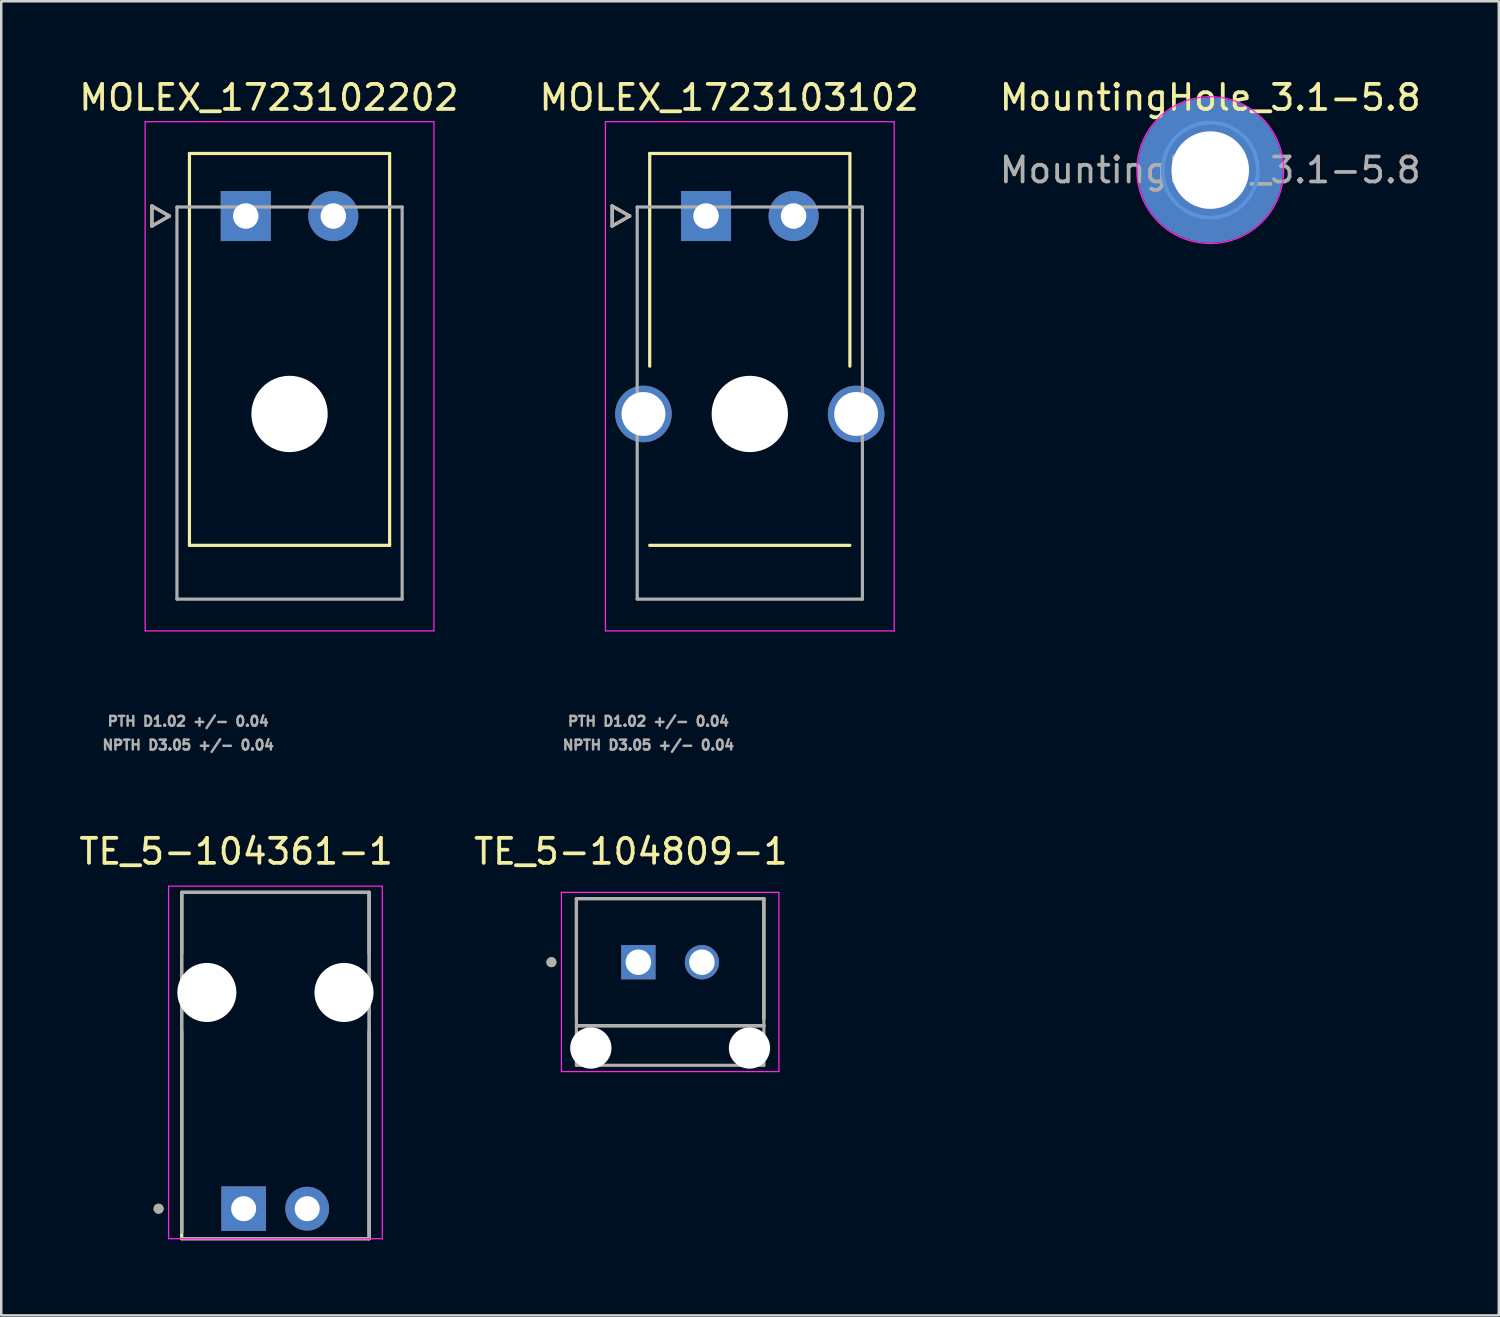
<source format=kicad_pcb>
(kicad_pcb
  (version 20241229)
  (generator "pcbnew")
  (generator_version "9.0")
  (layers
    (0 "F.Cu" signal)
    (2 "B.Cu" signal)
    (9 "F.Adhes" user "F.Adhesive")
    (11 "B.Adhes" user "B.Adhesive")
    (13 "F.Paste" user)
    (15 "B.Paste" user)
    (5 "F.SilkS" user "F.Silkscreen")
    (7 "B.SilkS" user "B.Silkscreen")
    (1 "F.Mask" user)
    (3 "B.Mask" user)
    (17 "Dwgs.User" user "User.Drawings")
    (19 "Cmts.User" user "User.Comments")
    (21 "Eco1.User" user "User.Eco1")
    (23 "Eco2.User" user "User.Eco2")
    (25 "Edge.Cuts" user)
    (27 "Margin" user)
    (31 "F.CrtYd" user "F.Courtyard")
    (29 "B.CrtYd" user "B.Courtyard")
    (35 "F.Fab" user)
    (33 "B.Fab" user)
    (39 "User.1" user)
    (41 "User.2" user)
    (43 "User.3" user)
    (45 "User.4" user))
  (footprint "MountingHole_3.1-5.8"
    (layer "F.Cu")
    (at 45.315 3.748)
    (property "Reference" "MountingHole_3.1-5.8" (at 0 -2.9 0) (layer "F.SilkS") (effects (font (size 1 1) (thickness 0.15))))
    (attr exclude_from_pos_files exclude_from_bom)
    (fp_circle (center 0 0) (end 1.9 0) (stroke (width 0.15) (type solid)) (fill no) (layer "Cmts.User"))
    (fp_circle (center 0 0) (end 2.93 0.12) (stroke (width 0.05) (type solid)) (fill no) (layer "F.CrtYd"))
    (fp_text user "${REFERENCE}" (at 0 0 0) (layer "F.Fab") (effects (font (size 1 1) (thickness 0.15))))
    (pad "1" thru_hole circle (at 0 0) (size 5.8 5.8) (drill 3.1) (layers "*.Cu" "*.Mask")))
  (footprint "MOLEX_1723102202"
    (layer "F.Cu")
    (at 6.771 5.583)
    (property "Reference" "MOLEX_1723102202" (at 0.925 -4.735 0) (layer "F.SilkS") (effects (font (size 1 1) (thickness 0.15))))
    (attr through_hole)
    (fp_circle (center 1.75 7.91) (end 2.551 7.91) (stroke (width 1.601) (type solid)) (fill no) (layer "F.Mask"))
    (fp_circle (center 3.5 0) (end 3.918 0) (stroke (width 0.836) (type solid)) (fill no) (layer "F.Mask"))
    (fp_poly (pts (xy -0.836 -0.836) (xy 0.836 -0.836) (xy 0.836 0.836) (xy -0.836 0.836)) (stroke (width 0.01) (type solid)) (fill yes) (layer "F.Mask"))
    (fp_circle (center 1.75 7.91) (end 2.551 7.91) (stroke (width 1.601) (type solid)) (fill no) (layer "B.Mask"))
    (fp_circle (center 3.5 0) (end 3.918 0) (stroke (width 0.836) (type solid)) (fill no) (layer "B.Mask"))
    (fp_poly (pts (xy -0.836 -0.836) (xy 0.836 -0.836) (xy 0.836 0.836) (xy -0.836 0.836)) (stroke (width 0.01) (type solid)) (fill yes) (layer "B.Mask"))
    (fp_line (start -3.75 -0.4) (end -3.75 0.4) (stroke (width 0.127) (type solid)) (layer "F.SilkS"))
    (fp_line (start -3.75 0.4) (end -3.05 0) (stroke (width 0.127) (type solid)) (layer "F.SilkS"))
    (fp_line (start -3.05 0) (end -3.75 -0.4) (stroke (width 0.127) (type solid)) (layer "F.SilkS"))
    (fp_line (start -2.25 -2.5) (end 5.75 -2.5) (stroke (width 0.127) (type solid)) (layer "F.SilkS"))
    (fp_line (start -2.25 13.16) (end -2.25 -2.5) (stroke (width 0.127) (type solid)) (layer "F.SilkS"))
    (fp_line (start 5.75 -2.5) (end 5.75 13.16) (stroke (width 0.127) (type solid)) (layer "F.SilkS"))
    (fp_line (start 5.75 13.16) (end -2.25 13.16) (stroke (width 0.127) (type solid)) (layer "F.SilkS"))
    (fp_line (start -4.02 -3.77) (end 7.52 -3.77) (stroke (width 0.05) (type solid)) (layer "F.CrtYd"))
    (fp_line (start -4.02 16.58) (end -4.02 -3.77) (stroke (width 0.05) (type solid)) (layer "F.CrtYd"))
    (fp_line (start -4.02 16.58) (end 7.52 16.58) (stroke (width 0.05) (type solid)) (layer "F.CrtYd"))
    (fp_line (start 7.52 -3.77) (end 7.52 16.58) (stroke (width 0.05) (type solid)) (layer "F.CrtYd"))
    (fp_line (start -3.75 -0.4) (end -3.75 0.4) (stroke (width 0.127) (type solid)) (layer "F.Fab"))
    (fp_line (start -3.75 0.4) (end -3.05 0) (stroke (width 0.127) (type solid)) (layer "F.Fab"))
    (fp_line (start -3.05 0) (end -3.75 -0.4) (stroke (width 0.127) (type solid)) (layer "F.Fab"))
    (fp_line (start -2.75 -0.36) (end 6.25 -0.36) (stroke (width 0.127) (type solid)) (layer "F.Fab"))
    (fp_line (start -2.75 15.31) (end -2.75 -0.36) (stroke (width 0.127) (type solid)) (layer "F.Fab"))
    (fp_line (start 6.25 -0.36) (end 6.25 15.31) (stroke (width 0.127) (type solid)) (layer "F.Fab"))
    (fp_line (start 6.25 15.31) (end -2.75 15.31) (stroke (width 0.127) (type solid)) (layer "F.Fab"))
    (fp_text user "NPTH D3.05 +/- 0.04" (at -2.3 21.142 0) (layer "F.Fab") (effects (font (size 0.394 0.394) (thickness 0.15))))
    (fp_text user "PTH D1.02 +/- 0.04" (at -2.3 20.192 0) (layer "F.Fab") (effects (font (size 0.394 0.394) (thickness 0.15))))
    (pad "" np_thru_hole circle (at 1.75 7.91) (size 3.05 3.05) (drill 3.05) (layers "*.Cu" "*.Mask"))
    (pad "1" thru_hole rect (at 0 0) (size 2 2) (drill 1.02) (layers "*.Cu"))
    (pad "2" thru_hole circle (at 3.5 0) (size 2 2) (drill 1.02) (layers "*.Cu")))
  (footprint "TE_5-104809-1"
    (layer "F.Cu")
    (at 22.461 35.402)
    (property "Reference" "TE_5-104809-1" (at -0.3 -4.425 0) (layer "F.SilkS") (effects (font (size 1 1) (thickness 0.15))))
    (attr through_hole)
    (fp_line (start -2.475 -2.54) (end -2.475 2.257) (stroke (width 0.127) (type solid)) (layer "F.SilkS"))
    (fp_line (start -2.475 2.54) (end -2.475 2.54) (stroke (width 0.127) (type solid)) (layer "F.SilkS"))
    (fp_line (start 5.015 -2.54) (end -2.475 -2.54) (stroke (width 0.127) (type solid)) (layer "F.SilkS"))
    (fp_line (start 5.015 2.257) (end 5.015 -2.54) (stroke (width 0.127) (type solid)) (layer "F.SilkS"))
    (fp_line (start 5.015 2.54) (end -2.475 2.54) (stroke (width 0.127) (type solid)) (layer "F.SilkS"))
    (fp_line (start 5.015 2.54) (end 5.015 2.54) (stroke (width 0.127) (type solid)) (layer "F.SilkS"))
    (fp_circle (center -3.475 0) (end -3.375 0) (stroke (width 0.2) (type solid)) (fill no) (layer "F.SilkS"))
    (fp_line (start -3.075 -2.79) (end 5.615 -2.79) (stroke (width 0.05) (type solid)) (layer "F.CrtYd"))
    (fp_line (start -3.075 4.37) (end -3.075 -2.79) (stroke (width 0.05) (type solid)) (layer "F.CrtYd"))
    (fp_line (start 5.615 -2.79) (end 5.615 4.37) (stroke (width 0.05) (type solid)) (layer "F.CrtYd"))
    (fp_line (start 5.615 4.37) (end -3.075 4.37) (stroke (width 0.05) (type solid)) (layer "F.CrtYd"))
    (fp_line (start -2.475 -2.54) (end 5.015 -2.54) (stroke (width 0.127) (type solid)) (layer "F.Fab"))
    (fp_line (start -2.475 2.54) (end -2.475 -2.54) (stroke (width 0.127) (type solid)) (layer "F.Fab"))
    (fp_line (start -2.475 2.54) (end -2.475 4.12) (stroke (width 0.127) (type solid)) (layer "F.Fab"))
    (fp_line (start -2.475 4.12) (end 5.015 4.12) (stroke (width 0.127) (type solid)) (layer "F.Fab"))
    (fp_line (start 5.015 -2.54) (end 5.015 2.54) (stroke (width 0.127) (type solid)) (layer "F.Fab"))
    (fp_line (start 5.015 2.54) (end -2.475 2.54) (stroke (width 0.127) (type solid)) (layer "F.Fab"))
    (fp_line (start 5.015 4.12) (end 5.015 2.54) (stroke (width 0.127) (type solid)) (layer "F.Fab"))
    (fp_circle (center -3.475 0) (end -3.375 0) (stroke (width 0.2) (type solid)) (fill no) (layer "F.Fab"))
    (pad "" np_thru_hole circle (at -1.9 3.43) (size 1.65 1.65) (drill 1.65) (layers "*.Cu" "*.Mask"))
    (pad "" np_thru_hole circle (at 4.44 3.43) (size 1.65 1.65) (drill 1.65) (layers "*.Cu" "*.Mask"))
    (pad "1" thru_hole rect (at 0 0) (size 1.37 1.37) (drill 1.02) (layers "*.Cu" "*.Mask"))
    (pad "2" thru_hole circle (at 2.54 0) (size 1.37 1.37) (drill 1.02) (layers "*.Cu" "*.Mask")))
  (footprint "TE_5-104361-1"
    (layer "F.Cu")
    (at 6.687 45.252)
    (property "Reference" "TE_5-104361-1" (at -0.3 -14.275 0) (layer "F.SilkS") (effects (font (size 1 1) (thickness 0.15))))
    (attr through_hole)
    (fp_line (start -2.475 -12.64) (end -2.475 -10.197) (stroke (width 0.127) (type solid)) (layer "F.SilkS"))
    (fp_line (start -2.475 -7.083) (end -2.475 1.2) (stroke (width 0.127) (type solid)) (layer "F.SilkS"))
    (fp_line (start 5.015 -12.64) (end -2.475 -12.64) (stroke (width 0.127) (type solid)) (layer "F.SilkS"))
    (fp_line (start 5.015 -10.197) (end 5.015 -12.64) (stroke (width 0.127) (type solid)) (layer "F.SilkS"))
    (fp_line (start 5.015 1.2) (end -2.475 1.2) (stroke (width 0.127) (type solid)) (layer "F.SilkS"))
    (fp_line (start 5.015 1.2) (end 5.015 -7.083) (stroke (width 0.127) (type solid)) (layer "F.SilkS"))
    (fp_circle (center -3.4 0) (end -3.3 0) (stroke (width 0.2) (type solid)) (fill no) (layer "F.SilkS"))
    (fp_line (start -3 -12.89) (end 5.54 -12.89) (stroke (width 0.05) (type solid)) (layer "F.CrtYd"))
    (fp_line (start -3 1.2) (end -3 -12.89) (stroke (width 0.05) (type solid)) (layer "F.CrtYd"))
    (fp_line (start 5.54 -12.89) (end 5.54 1.2) (stroke (width 0.05) (type solid)) (layer "F.CrtYd"))
    (fp_line (start 5.54 1.2) (end -3 1.2) (stroke (width 0.05) (type solid)) (layer "F.CrtYd"))
    (fp_line (start -2.475 -12.64) (end 5.015 -12.64) (stroke (width 0.127) (type solid)) (layer "F.Fab"))
    (fp_line (start -2.475 -12.64) (end 5.015 -12.64) (stroke (width 0.127) (type solid)) (layer "F.Fab"))
    (fp_line (start -2.475 0.95) (end -2.475 -12.64) (stroke (width 0.127) (type solid)) (layer "F.Fab"))
    (fp_line (start -2.475 0.95) (end -2.475 -12.64) (stroke (width 0.127) (type solid)) (layer "F.Fab"))
    (fp_line (start 5.015 -12.64) (end 5.015 0.95) (stroke (width 0.127) (type solid)) (layer "F.Fab"))
    (fp_line (start 5.015 -12.64) (end 5.015 1.2) (stroke (width 0.127) (type solid)) (layer "F.Fab"))
    (fp_line (start 5.015 1.2) (end -2.475 1.2) (stroke (width 0.127) (type solid)) (layer "F.Fab"))
    (fp_circle (center -3.4 0) (end -3.3 0) (stroke (width 0.2) (type solid)) (fill no) (layer "F.Fab"))
    (pad "" np_thru_hole circle (at -1.47 -8.64) (size 2.36 2.36) (drill 2.36) (layers "*.Cu" "*.Mask"))
    (pad "" np_thru_hole circle (at 4.01 -8.64) (size 2.36 2.36) (drill 2.36) (layers "*.Cu" "*.Mask"))
    (pad "1" thru_hole rect (at 0 0) (size 1.78 1.78) (drill 1) (layers "*.Cu" "*.Mask"))
    (pad "2" thru_hole circle (at 2.54 0) (size 1.75 1.75) (drill 1) (layers "*.Cu" "*.Mask")))
  (footprint "MOLEX_1723103102"
    (layer "F.Cu")
    (at 25.164 5.583)
    (property "Reference" "MOLEX_1723103102" (at 0.925 -4.735 0) (layer "F.SilkS") (effects (font (size 1 1) (thickness 0.15))))
    (attr through_hole)
    (fp_circle (center 1.75 7.91) (end 2.551 7.91) (stroke (width 1.601) (type solid)) (fill no) (layer "F.Mask"))
    (fp_circle (center 3.5 0) (end 3.918 0) (stroke (width 0.836) (type solid)) (fill no) (layer "F.Mask"))
    (fp_poly (pts (xy -0.836 -0.836) (xy 0.836 -0.836) (xy 0.836 0.836) (xy -0.836 0.836)) (stroke (width 0.01) (type solid)) (fill yes) (layer "F.Mask"))
    (fp_circle (center 1.75 7.91) (end 2.551 7.91) (stroke (width 1.601) (type solid)) (fill no) (layer "B.Mask"))
    (fp_circle (center 3.5 0) (end 3.918 0) (stroke (width 0.836) (type solid)) (fill no) (layer "B.Mask"))
    (fp_poly (pts (xy -0.836 -0.836) (xy 0.836 -0.836) (xy 0.836 0.836) (xy -0.836 0.836)) (stroke (width 0.01) (type solid)) (fill yes) (layer "B.Mask"))
    (fp_line (start -3.75 -0.4) (end -3.75 0.4) (stroke (width 0.127) (type solid)) (layer "F.SilkS"))
    (fp_line (start -3.75 0.4) (end -3.05 0) (stroke (width 0.127) (type solid)) (layer "F.SilkS"))
    (fp_line (start -3.05 0) (end -3.75 -0.4) (stroke (width 0.127) (type solid)) (layer "F.SilkS"))
    (fp_line (start -2.25 -2.5) (end 5.75 -2.5) (stroke (width 0.127) (type solid)) (layer "F.SilkS"))
    (fp_line (start -2.25 6) (end -2.25 -2.5) (stroke (width 0.127) (type solid)) (layer "F.SilkS"))
    (fp_line (start 5.75 -2.5) (end 5.75 6) (stroke (width 0.127) (type solid)) (layer "F.SilkS"))
    (fp_line (start 5.75 13.16) (end -2.25 13.16) (stroke (width 0.127) (type solid)) (layer "F.SilkS"))
    (fp_line (start -4.02 -3.77) (end 7.52 -3.77) (stroke (width 0.05) (type solid)) (layer "F.CrtYd"))
    (fp_line (start -4.02 16.58) (end -4.02 -3.77) (stroke (width 0.05) (type solid)) (layer "F.CrtYd"))
    (fp_line (start -4.02 16.58) (end 7.52 16.58) (stroke (width 0.05) (type solid)) (layer "F.CrtYd"))
    (fp_line (start 7.52 -3.77) (end 7.52 16.58) (stroke (width 0.05) (type solid)) (layer "F.CrtYd"))
    (fp_line (start -3.75 -0.4) (end -3.75 0.4) (stroke (width 0.127) (type solid)) (layer "F.Fab"))
    (fp_line (start -3.75 0.4) (end -3.05 0) (stroke (width 0.127) (type solid)) (layer "F.Fab"))
    (fp_line (start -3.05 0) (end -3.75 -0.4) (stroke (width 0.127) (type solid)) (layer "F.Fab"))
    (fp_line (start -2.75 -0.36) (end 6.25 -0.36) (stroke (width 0.127) (type solid)) (layer "F.Fab"))
    (fp_line (start -2.75 15.31) (end -2.75 -0.36) (stroke (width 0.127) (type solid)) (layer "F.Fab"))
    (fp_line (start 6.25 -0.36) (end 6.25 15.31) (stroke (width 0.127) (type solid)) (layer "F.Fab"))
    (fp_line (start 6.25 15.31) (end -2.75 15.31) (stroke (width 0.127) (type solid)) (layer "F.Fab"))
    (fp_text user "NPTH D3.05 +/- 0.04" (at -2.3 21.142 0) (layer "F.Fab") (effects (font (size 0.394 0.394) (thickness 0.15))))
    (fp_text user "PTH D1.02 +/- 0.04" (at -2.3 20.192 0) (layer "F.Fab") (effects (font (size 0.394 0.394) (thickness 0.15))))
    (pad "" np_thru_hole circle (at 1.75 7.91) (size 3.05 3.05) (drill 3.05) (layers "*.Cu" "*.Mask"))
    (pad "1" thru_hole rect (at 0 0) (size 2 2) (drill 1.02) (layers "*.Cu"))
    (pad "2" thru_hole circle (at 3.5 0) (size 2 2) (drill 1.02) (layers "*.Cu"))
    (pad "4" thru_hole circle (at -2.5 7.91) (size 2.261 2.261) (drill 1.753) (layers "*.Cu" "*.Mask"))
    (pad "5" thru_hole circle (at 6 7.91) (size 2.261 2.261) (drill 1.753) (layers "*.Cu" "*.Mask")))
  (gr_rect
    (start -3 -3)
    (end 56.845 49.515)
    (stroke (width 0.1) (type default))
    (fill no)
    (layer "Edge.Cuts")))
</source>
